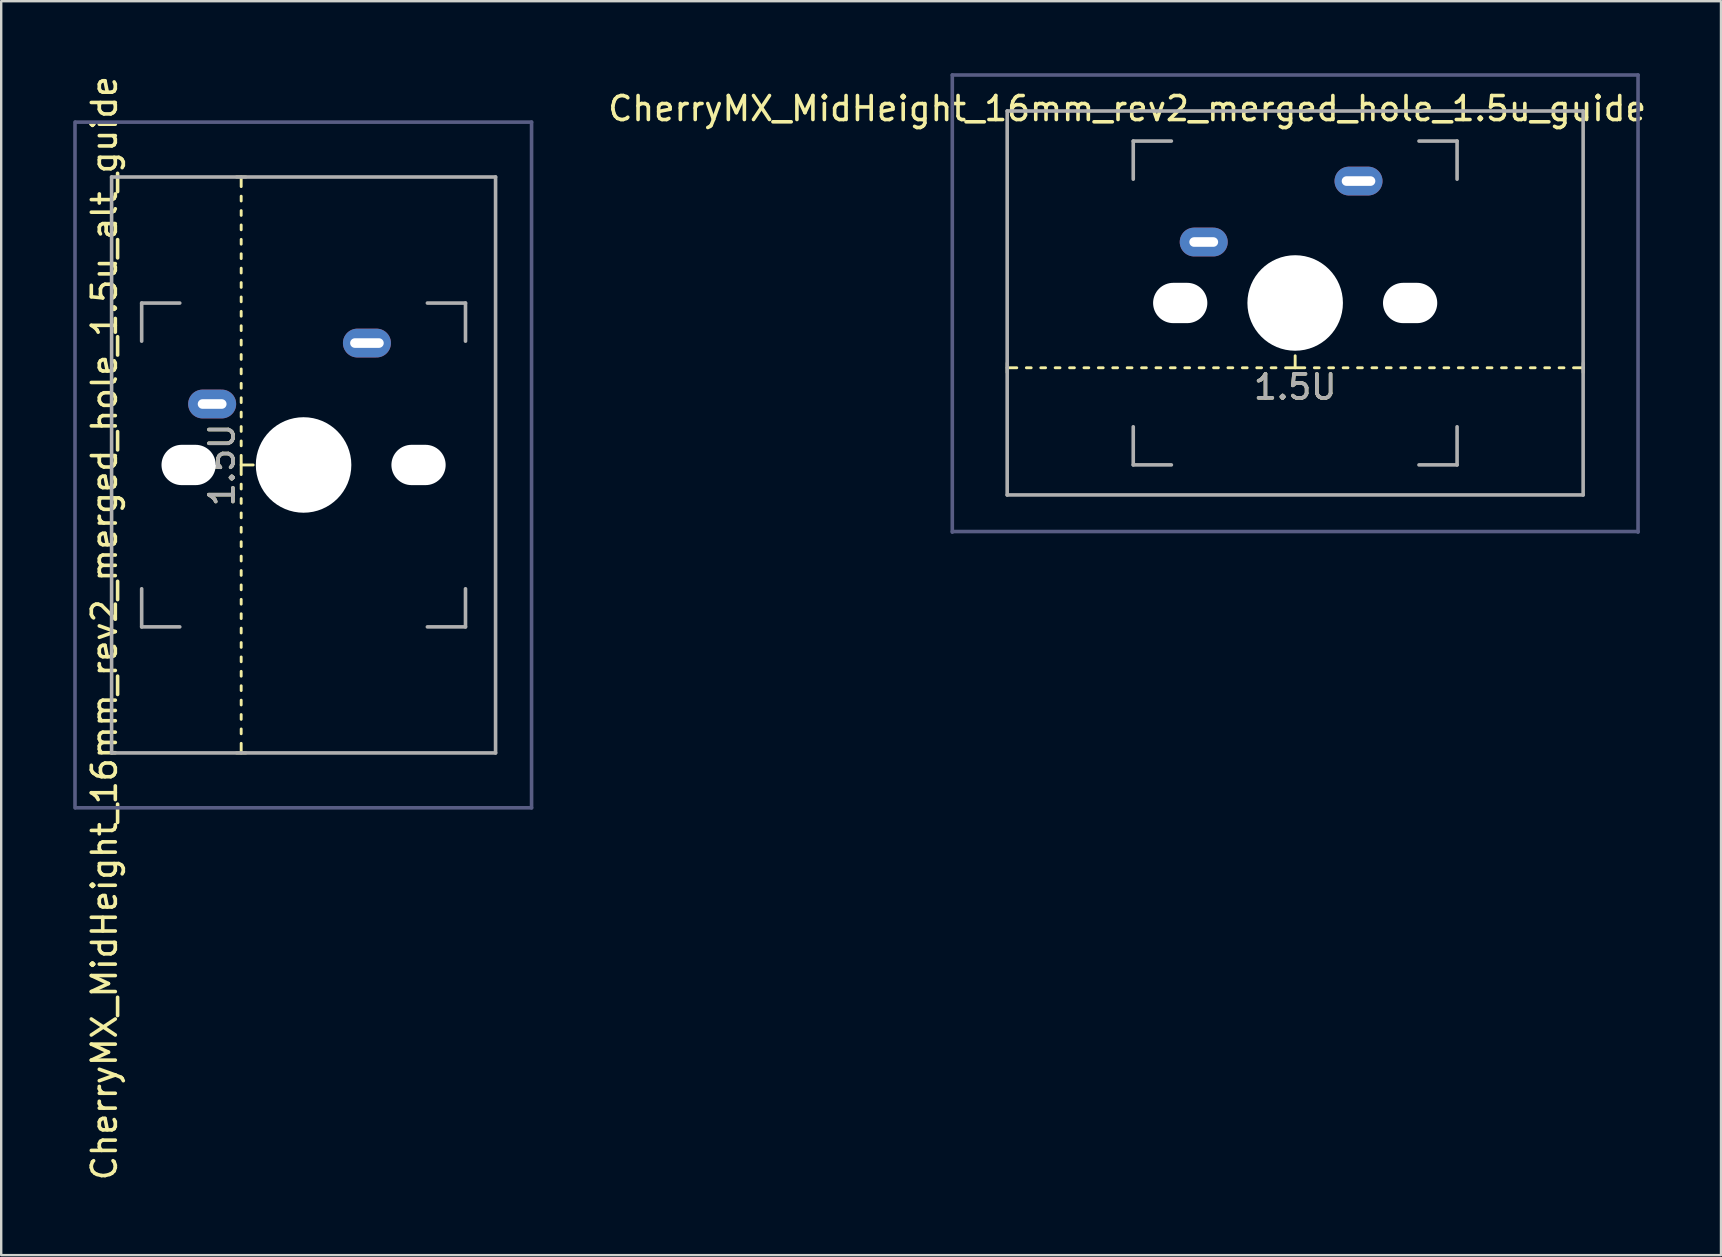
<source format=kicad_pcb>
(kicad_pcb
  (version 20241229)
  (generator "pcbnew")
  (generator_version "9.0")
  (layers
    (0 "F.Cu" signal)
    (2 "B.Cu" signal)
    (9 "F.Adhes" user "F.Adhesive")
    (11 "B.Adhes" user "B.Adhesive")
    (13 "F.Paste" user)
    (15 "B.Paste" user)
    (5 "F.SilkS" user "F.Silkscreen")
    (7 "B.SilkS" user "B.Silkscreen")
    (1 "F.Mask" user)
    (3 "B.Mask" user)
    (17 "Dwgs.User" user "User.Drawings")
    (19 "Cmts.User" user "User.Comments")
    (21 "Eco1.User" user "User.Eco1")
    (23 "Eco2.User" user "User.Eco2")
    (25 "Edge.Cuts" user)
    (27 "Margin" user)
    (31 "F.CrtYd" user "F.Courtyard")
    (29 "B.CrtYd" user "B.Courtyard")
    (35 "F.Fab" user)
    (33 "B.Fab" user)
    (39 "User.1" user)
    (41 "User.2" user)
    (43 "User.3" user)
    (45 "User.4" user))
  (footprint "CherryMX_MidHeight_16mm_rev2_merged_hole_1.5u_guide"
    (layer "F.Cu")
    (at 50.919 9.575)
    (property "Reference" "CherryMX_MidHeight_16mm_rev2_merged_hole_1.5u_guide" (at -7 -8.1 180) (layer "F.SilkS") (effects (font (size 1 1) (thickness 0.15))))
    (attr through_hole)
    (fp_line (start -12 2.9) (end -12 2.5) (stroke (width 0.12) (type solid)) (layer "F.SilkS"))
    (fp_line (start -11.6 2.7) (end -12 2.7) (stroke (width 0.12) (type solid)) (layer "F.SilkS"))
    (fp_line (start -11 2.7) (end -11.2 2.7) (stroke (width 0.12) (type solid)) (layer "F.SilkS"))
    (fp_line (start -10.4 2.7) (end -10.6 2.7) (stroke (width 0.12) (type solid)) (layer "F.SilkS"))
    (fp_line (start -9.8 2.7) (end -10 2.7) (stroke (width 0.12) (type solid)) (layer "F.SilkS"))
    (fp_line (start -9.2 2.7) (end -9.4 2.7) (stroke (width 0.12) (type solid)) (layer "F.SilkS"))
    (fp_line (start -8.6 2.7) (end -8.8 2.7) (stroke (width 0.12) (type solid)) (layer "F.SilkS"))
    (fp_line (start -8 2.7) (end -8.2 2.7) (stroke (width 0.12) (type solid)) (layer "F.SilkS"))
    (fp_line (start -7.4 2.7) (end -7.6 2.7) (stroke (width 0.12) (type solid)) (layer "F.SilkS"))
    (fp_line (start -6.8 2.7) (end -7 2.7) (stroke (width 0.12) (type solid)) (layer "F.SilkS"))
    (fp_line (start -6.2 2.7) (end -6.4 2.7) (stroke (width 0.12) (type solid)) (layer "F.SilkS"))
    (fp_line (start -5.6 2.7) (end -5.8 2.7) (stroke (width 0.12) (type solid)) (layer "F.SilkS"))
    (fp_line (start -5 2.7) (end -5.2 2.7) (stroke (width 0.12) (type solid)) (layer "F.SilkS"))
    (fp_line (start -4.4 2.7) (end -4.6 2.7) (stroke (width 0.12) (type solid)) (layer "F.SilkS"))
    (fp_line (start -3.8 2.7) (end -4 2.7) (stroke (width 0.12) (type solid)) (layer "F.SilkS"))
    (fp_line (start -3.2 2.7) (end -3.4 2.7) (stroke (width 0.12) (type solid)) (layer "F.SilkS"))
    (fp_line (start -2.6 2.7) (end -2.8 2.7) (stroke (width 0.12) (type solid)) (layer "F.SilkS"))
    (fp_line (start -2 2.7) (end -2.2 2.7) (stroke (width 0.12) (type solid)) (layer "F.SilkS"))
    (fp_line (start -1.4 2.7) (end -1.6 2.7) (stroke (width 0.12) (type solid)) (layer "F.SilkS"))
    (fp_line (start -0.8 2.7) (end -1 2.7) (stroke (width 0.12) (type solid)) (layer "F.SilkS"))
    (fp_line (start -0.4 2.7) (end 0.4 2.7) (stroke (width 0.12) (type solid)) (layer "F.SilkS"))
    (fp_line (start 0 2.2) (end 0 2.7) (stroke (width 0.12) (type solid)) (layer "F.SilkS"))
    (fp_line (start 0.8 2.7) (end 1 2.7) (stroke (width 0.12) (type solid)) (layer "F.SilkS"))
    (fp_line (start 1.4 2.7) (end 1.6 2.7) (stroke (width 0.12) (type solid)) (layer "F.SilkS"))
    (fp_line (start 2 2.7) (end 2.2 2.7) (stroke (width 0.12) (type solid)) (layer "F.SilkS"))
    (fp_line (start 2.6 2.7) (end 2.8 2.7) (stroke (width 0.12) (type solid)) (layer "F.SilkS"))
    (fp_line (start 3.2 2.7) (end 3.4 2.7) (stroke (width 0.12) (type solid)) (layer "F.SilkS"))
    (fp_line (start 3.8 2.7) (end 4 2.7) (stroke (width 0.12) (type solid)) (layer "F.SilkS"))
    (fp_line (start 4.4 2.7) (end 4.6 2.7) (stroke (width 0.12) (type solid)) (layer "F.SilkS"))
    (fp_line (start 5 2.7) (end 5.2 2.7) (stroke (width 0.12) (type solid)) (layer "F.SilkS"))
    (fp_line (start 5.6 2.7) (end 5.8 2.7) (stroke (width 0.12) (type solid)) (layer "F.SilkS"))
    (fp_line (start 6.2 2.7) (end 6.4 2.7) (stroke (width 0.12) (type solid)) (layer "F.SilkS"))
    (fp_line (start 6.8 2.7) (end 7 2.7) (stroke (width 0.12) (type solid)) (layer "F.SilkS"))
    (fp_line (start 7.4 2.7) (end 7.6 2.7) (stroke (width 0.12) (type solid)) (layer "F.SilkS"))
    (fp_line (start 8 2.7) (end 8.2 2.7) (stroke (width 0.12) (type solid)) (layer "F.SilkS"))
    (fp_line (start 8.6 2.7) (end 8.8 2.7) (stroke (width 0.12) (type solid)) (layer "F.SilkS"))
    (fp_line (start 9.2 2.7) (end 9.4 2.7) (stroke (width 0.12) (type solid)) (layer "F.SilkS"))
    (fp_line (start 9.8 2.7) (end 10 2.7) (stroke (width 0.12) (type solid)) (layer "F.SilkS"))
    (fp_line (start 10.4 2.7) (end 10.6 2.7) (stroke (width 0.12) (type solid)) (layer "F.SilkS"))
    (fp_line (start 11 2.7) (end 11.2 2.7) (stroke (width 0.12) (type solid)) (layer "F.SilkS"))
    (fp_line (start 11.6 2.7) (end 12 2.7) (stroke (width 0.12) (type solid)) (layer "F.SilkS"))
    (fp_line (start 12 2.5) (end 12 2.9) (stroke (width 0.12) (type solid)) (layer "F.SilkS"))
    (fp_line (start -14.287 -9.5) (end 14.287 -9.5) (stroke (width 0.15) (type solid)) (layer "B.Fab"))
    (fp_line (start -14.287 9.55) (end -14.287 -9.5) (stroke (width 0.15) (type solid)) (layer "B.Fab"))
    (fp_line (start 14.287 -9.5) (end 14.287 9.55) (stroke (width 0.15) (type solid)) (layer "B.Fab"))
    (fp_line (start 14.287 9.525) (end -14.287 9.525) (stroke (width 0.15) (type solid)) (layer "B.Fab"))
    (fp_line (start -12 -8) (end 12 -8) (stroke (width 0.15) (type solid)) (layer "F.Fab"))
    (fp_line (start -12 8) (end -12 -8) (stroke (width 0.15) (type solid)) (layer "F.Fab"))
    (fp_line (start -6.747 -6.747) (end -5.159 -6.747) (stroke (width 0.15) (type solid)) (layer "F.Fab"))
    (fp_line (start -6.747 -5.159) (end -6.747 -6.747) (stroke (width 0.15) (type solid)) (layer "F.Fab"))
    (fp_line (start -6.747 6.747) (end -6.747 5.159) (stroke (width 0.15) (type solid)) (layer "F.Fab"))
    (fp_line (start -5.159 6.747) (end -6.747 6.747) (stroke (width 0.15) (type solid)) (layer "F.Fab"))
    (fp_line (start 5.159 -6.747) (end 6.747 -6.747) (stroke (width 0.15) (type solid)) (layer "F.Fab"))
    (fp_line (start 6.747 -6.747) (end 6.747 -5.159) (stroke (width 0.15) (type solid)) (layer "F.Fab"))
    (fp_line (start 6.747 5.159) (end 6.747 6.747) (stroke (width 0.15) (type solid)) (layer "F.Fab"))
    (fp_line (start 6.747 6.747) (end 5.159 6.747) (stroke (width 0.15) (type solid)) (layer "F.Fab"))
    (fp_line (start 12 -8) (end 12 8) (stroke (width 0.15) (type solid)) (layer "F.Fab"))
    (fp_line (start 12 8) (end -12 8) (stroke (width 0.15) (type solid)) (layer "F.Fab"))
    (fp_text user "1.5U" (at 0 3.5 180) (layer "F.SilkS") (effects (font (size 1 1) (thickness 0.15))))
    (fp_text user "1.5U" (at 0 3.5 180) (layer "F.Fab") (effects (font (size 1 1) (thickness 0.15))))
    (pad "" np_thru_hole oval (at -4.79 0 180) (size 2.26 1.68) (drill oval 2.26 1.68) (layers "*.Cu" "*.Mask"))
    (pad "" np_thru_hole circle (at 0 0 270) (size 3.98 3.98) (drill 3.98) (layers "*.Cu" "*.Mask"))
    (pad "" np_thru_hole oval (at 4.79 0 180) (size 2.26 1.68) (drill oval 2.26 1.68) (layers "*.Cu" "*.Mask"))
    (pad "1" thru_hole oval (at -3.81 -2.54) (size 2 1.2) (drill oval 1.2 0.4) (layers "*.Cu" "B.Mask"))
    (pad "2" thru_hole oval (at 2.64 -5.08) (size 2 1.2) (drill oval 1.4 0.4) (layers "*.Cu" "B.Mask")))
  (footprint "CherryMX_MidHeight_16mm_rev2_merged_hole_1.5u_alt_guide"
    (layer "F.Cu")
    (at 9.6 16.325)
    (property "Reference" "CherryMX_MidHeight_16mm_rev2_merged_hole_1.5u_alt_guide" (at -8.3 6.8 270) (layer "F.SilkS") (effects (font (size 1 1) (thickness 0.15))))
    (attr through_hole)
    (fp_line (start -2.8 -12) (end -2.4 -12) (stroke (width 0.12) (type solid)) (layer "F.SilkS"))
    (fp_line (start -2.6 -11.6) (end -2.6 -12) (stroke (width 0.12) (type solid)) (layer "F.SilkS"))
    (fp_line (start -2.6 -11) (end -2.6 -11.2) (stroke (width 0.12) (type solid)) (layer "F.SilkS"))
    (fp_line (start -2.6 -10.4) (end -2.6 -10.6) (stroke (width 0.12) (type solid)) (layer "F.SilkS"))
    (fp_line (start -2.6 -9.8) (end -2.6 -10) (stroke (width 0.12) (type solid)) (layer "F.SilkS"))
    (fp_line (start -2.6 -9.2) (end -2.6 -9.4) (stroke (width 0.12) (type solid)) (layer "F.SilkS"))
    (fp_line (start -2.6 -8.6) (end -2.6 -8.8) (stroke (width 0.12) (type solid)) (layer "F.SilkS"))
    (fp_line (start -2.6 -8) (end -2.6 -8.2) (stroke (width 0.12) (type solid)) (layer "F.SilkS"))
    (fp_line (start -2.6 -7.4) (end -2.6 -7.6) (stroke (width 0.12) (type solid)) (layer "F.SilkS"))
    (fp_line (start -2.6 -6.8) (end -2.6 -7) (stroke (width 0.12) (type solid)) (layer "F.SilkS"))
    (fp_line (start -2.6 -6.2) (end -2.6 -6.4) (stroke (width 0.12) (type solid)) (layer "F.SilkS"))
    (fp_line (start -2.6 -5.6) (end -2.6 -5.8) (stroke (width 0.12) (type solid)) (layer "F.SilkS"))
    (fp_line (start -2.6 -5) (end -2.6 -5.2) (stroke (width 0.12) (type solid)) (layer "F.SilkS"))
    (fp_line (start -2.6 -4.4) (end -2.6 -4.6) (stroke (width 0.12) (type solid)) (layer "F.SilkS"))
    (fp_line (start -2.6 -3.8) (end -2.6 -4) (stroke (width 0.12) (type solid)) (layer "F.SilkS"))
    (fp_line (start -2.6 -3.2) (end -2.6 -3.4) (stroke (width 0.12) (type solid)) (layer "F.SilkS"))
    (fp_line (start -2.6 -2.6) (end -2.6 -2.8) (stroke (width 0.12) (type solid)) (layer "F.SilkS"))
    (fp_line (start -2.6 -2) (end -2.6 -2.2) (stroke (width 0.12) (type solid)) (layer "F.SilkS"))
    (fp_line (start -2.6 -1.4) (end -2.6 -1.6) (stroke (width 0.12) (type solid)) (layer "F.SilkS"))
    (fp_line (start -2.6 -0.8) (end -2.6 -1) (stroke (width 0.12) (type solid)) (layer "F.SilkS"))
    (fp_line (start -2.6 -0.4) (end -2.6 0.4) (stroke (width 0.12) (type solid)) (layer "F.SilkS"))
    (fp_line (start -2.6 0.8) (end -2.6 1) (stroke (width 0.12) (type solid)) (layer "F.SilkS"))
    (fp_line (start -2.6 1.4) (end -2.6 1.6) (stroke (width 0.12) (type solid)) (layer "F.SilkS"))
    (fp_line (start -2.6 2) (end -2.6 2.2) (stroke (width 0.12) (type solid)) (layer "F.SilkS"))
    (fp_line (start -2.6 2.6) (end -2.6 2.8) (stroke (width 0.12) (type solid)) (layer "F.SilkS"))
    (fp_line (start -2.6 3.2) (end -2.6 3.4) (stroke (width 0.12) (type solid)) (layer "F.SilkS"))
    (fp_line (start -2.6 3.8) (end -2.6 4) (stroke (width 0.12) (type solid)) (layer "F.SilkS"))
    (fp_line (start -2.6 4.4) (end -2.6 4.6) (stroke (width 0.12) (type solid)) (layer "F.SilkS"))
    (fp_line (start -2.6 5) (end -2.6 5.2) (stroke (width 0.12) (type solid)) (layer "F.SilkS"))
    (fp_line (start -2.6 5.6) (end -2.6 5.8) (stroke (width 0.12) (type solid)) (layer "F.SilkS"))
    (fp_line (start -2.6 6.2) (end -2.6 6.4) (stroke (width 0.12) (type solid)) (layer "F.SilkS"))
    (fp_line (start -2.6 6.8) (end -2.6 7) (stroke (width 0.12) (type solid)) (layer "F.SilkS"))
    (fp_line (start -2.6 7.4) (end -2.6 7.6) (stroke (width 0.12) (type solid)) (layer "F.SilkS"))
    (fp_line (start -2.6 8) (end -2.6 8.2) (stroke (width 0.12) (type solid)) (layer "F.SilkS"))
    (fp_line (start -2.6 8.6) (end -2.6 8.8) (stroke (width 0.12) (type solid)) (layer "F.SilkS"))
    (fp_line (start -2.6 9.2) (end -2.6 9.4) (stroke (width 0.12) (type solid)) (layer "F.SilkS"))
    (fp_line (start -2.6 9.8) (end -2.6 10) (stroke (width 0.12) (type solid)) (layer "F.SilkS"))
    (fp_line (start -2.6 10.4) (end -2.6 10.6) (stroke (width 0.12) (type solid)) (layer "F.SilkS"))
    (fp_line (start -2.6 11) (end -2.6 11.2) (stroke (width 0.12) (type solid)) (layer "F.SilkS"))
    (fp_line (start -2.6 11.6) (end -2.6 12) (stroke (width 0.12) (type solid)) (layer "F.SilkS"))
    (fp_line (start -2.4 12) (end -2.8 12) (stroke (width 0.12) (type solid)) (layer "F.SilkS"))
    (fp_line (start -2.1 0) (end -2.6 0) (stroke (width 0.12) (type solid)) (layer "F.SilkS"))
    (fp_line (start -9.525 -14.287) (end -9.525 14.287) (stroke (width 0.15) (type solid)) (layer "B.Fab"))
    (fp_line (start -9.5 -14.287) (end 9.5 -14.287) (stroke (width 0.15) (type solid)) (layer "B.Fab"))
    (fp_line (start -9.5 14.287) (end 9.5 14.287) (stroke (width 0.15) (type solid)) (layer "B.Fab"))
    (fp_line (start 9.5 -14.287) (end 9.5 14.287) (stroke (width 0.15) (type solid)) (layer "B.Fab"))
    (fp_line (start -8 -12) (end -8 12) (stroke (width 0.15) (type solid)) (layer "F.Fab"))
    (fp_line (start -8 -12) (end 8 -12) (stroke (width 0.15) (type solid)) (layer "F.Fab"))
    (fp_line (start -8 12) (end 8 12) (stroke (width 0.15) (type solid)) (layer "F.Fab"))
    (fp_line (start -6.747 -6.747) (end -5.159 -6.747) (stroke (width 0.15) (type solid)) (layer "F.Fab"))
    (fp_line (start -6.747 -5.159) (end -6.747 -6.747) (stroke (width 0.15) (type solid)) (layer "F.Fab"))
    (fp_line (start -6.747 6.747) (end -6.747 5.159) (stroke (width 0.15) (type solid)) (layer "F.Fab"))
    (fp_line (start -5.159 6.747) (end -6.747 6.747) (stroke (width 0.15) (type solid)) (layer "F.Fab"))
    (fp_line (start 5.159 -6.747) (end 6.747 -6.747) (stroke (width 0.15) (type solid)) (layer "F.Fab"))
    (fp_line (start 6.747 -6.747) (end 6.747 -5.159) (stroke (width 0.15) (type solid)) (layer "F.Fab"))
    (fp_line (start 6.747 5.159) (end 6.747 6.747) (stroke (width 0.15) (type solid)) (layer "F.Fab"))
    (fp_line (start 6.747 6.747) (end 5.159 6.747) (stroke (width 0.15) (type solid)) (layer "F.Fab"))
    (fp_line (start 8 12) (end 8 -12) (stroke (width 0.15) (type solid)) (layer "F.Fab"))
    (fp_text user "1.5U" (at -3.4 0 90) (layer "F.SilkS") (effects (font (size 1 1) (thickness 0.15))))
    (fp_text user "1.5U" (at -3.4 0 90) (layer "F.Fab") (effects (font (size 1 1) (thickness 0.15))))
    (pad "" np_thru_hole oval (at -4.79 0 180) (size 2.26 1.68) (drill oval 2.26 1.68) (layers "*.Cu" "*.Mask"))
    (pad "" np_thru_hole circle (at 0 0 270) (size 3.98 3.98) (drill 3.98) (layers "*.Cu" "*.Mask"))
    (pad "" np_thru_hole oval (at 4.79 0 180) (size 2.26 1.68) (drill oval 2.26 1.68) (layers "*.Cu" "*.Mask"))
    (pad "1" thru_hole oval (at -3.81 -2.54) (size 2 1.2) (drill oval 1.2 0.4) (layers "*.Cu" "B.Mask"))
    (pad "2" thru_hole oval (at 2.64 -5.08) (size 2 1.2) (drill oval 1.4 0.4) (layers "*.Cu" "B.Mask")))
  (gr_rect
    (start -3 -3)
    (end 68.663 49.25)
    (stroke (width 0.1) (type default))
    (fill no)
    (layer "Edge.Cuts")))
</source>
